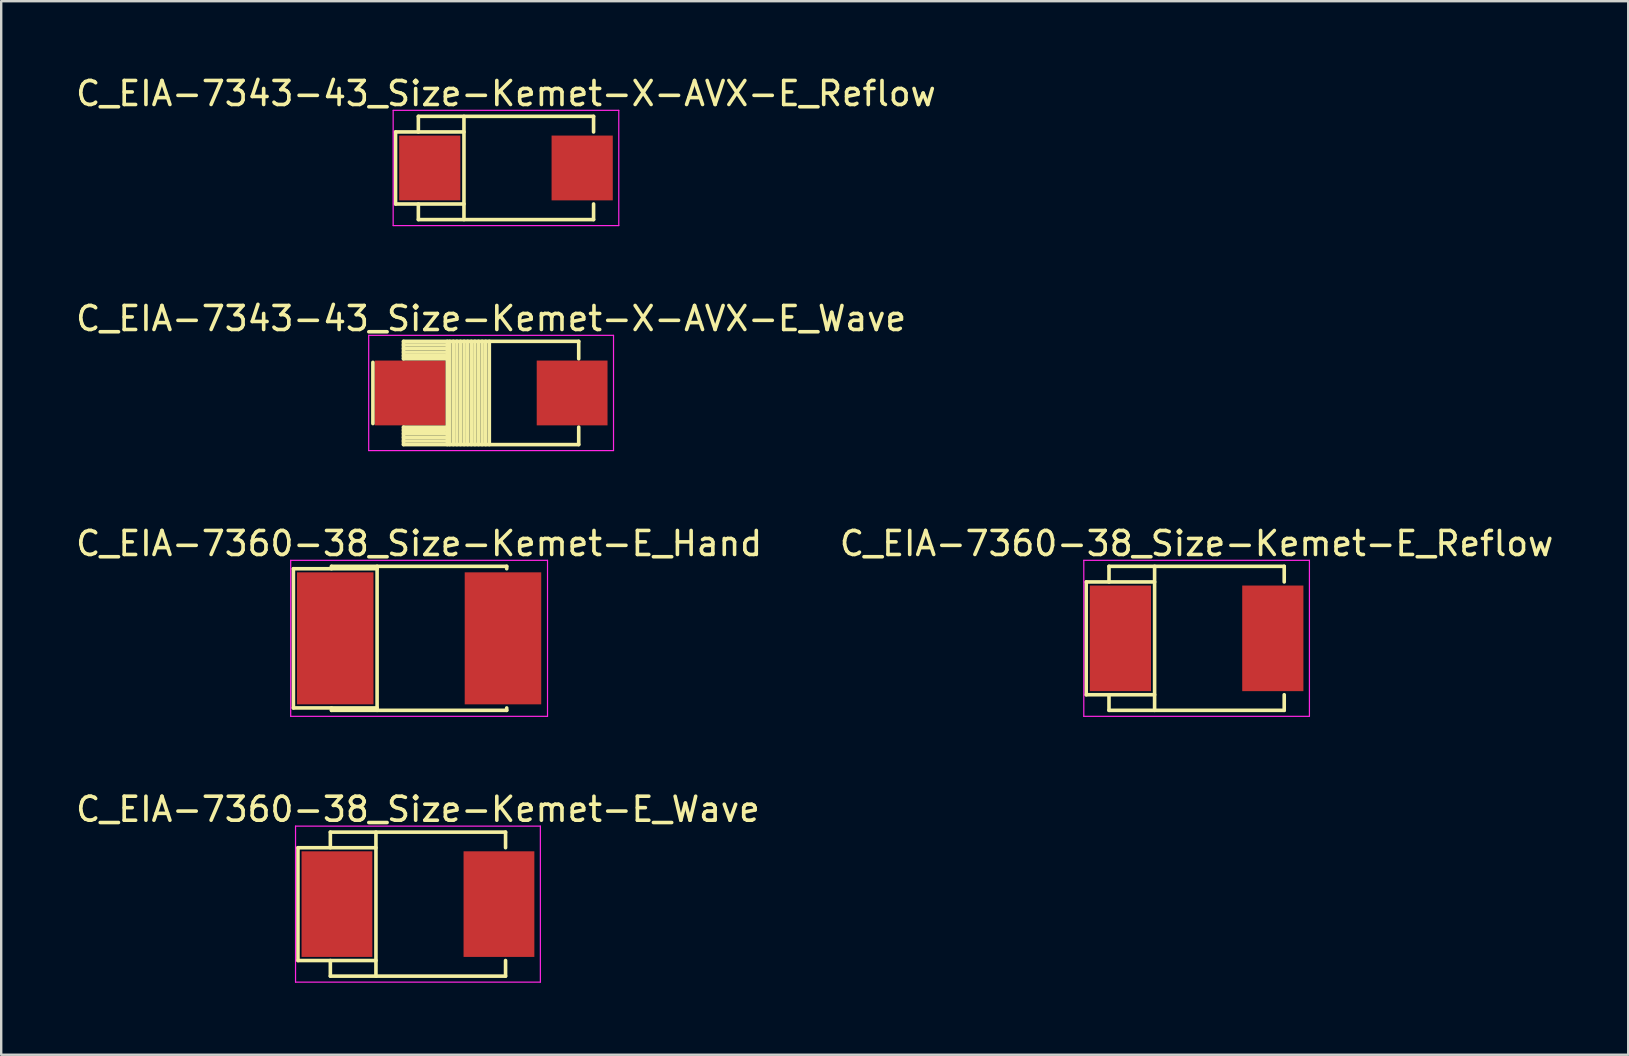
<source format=kicad_pcb>
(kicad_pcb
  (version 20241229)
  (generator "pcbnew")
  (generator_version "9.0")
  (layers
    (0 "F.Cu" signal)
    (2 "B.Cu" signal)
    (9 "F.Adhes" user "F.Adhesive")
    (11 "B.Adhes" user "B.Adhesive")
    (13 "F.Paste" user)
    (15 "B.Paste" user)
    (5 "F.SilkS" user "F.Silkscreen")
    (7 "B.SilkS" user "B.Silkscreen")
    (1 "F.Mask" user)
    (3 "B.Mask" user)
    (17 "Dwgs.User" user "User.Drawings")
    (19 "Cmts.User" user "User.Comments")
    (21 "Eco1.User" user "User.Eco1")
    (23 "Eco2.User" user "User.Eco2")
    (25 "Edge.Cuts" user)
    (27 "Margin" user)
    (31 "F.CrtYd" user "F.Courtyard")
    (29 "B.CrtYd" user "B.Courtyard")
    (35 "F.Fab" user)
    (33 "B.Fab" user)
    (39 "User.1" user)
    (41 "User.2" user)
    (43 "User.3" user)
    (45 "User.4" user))
  (footprint "C_EIA-7343-43_Size-Kemet-X-AVX-E_Reflow"
    (layer "F.Cu")
    (at 18.03 3.948)
    (property "Reference" "C_EIA-7343-43_Size-Kemet-X-AVX-E_Reflow" (at 0 -3.1 0) (layer "F.SilkS") (effects (font (size 1 1) (thickness 0.15))))
    (attr smd)
    (fp_line (start -4.6 -1.5) (end -1.75 -1.5) (stroke (width 0.15) (type solid)) (layer "F.SilkS"))
    (fp_line (start -4.6 1.5) (end -4.6 -1.5) (stroke (width 0.15) (type solid)) (layer "F.SilkS"))
    (fp_line (start -4.6 1.5) (end -1.75 1.5) (stroke (width 0.15) (type solid)) (layer "F.SilkS"))
    (fp_line (start -3.65 -2.15) (end -3.65 -1.5) (stroke (width 0.15) (type solid)) (layer "F.SilkS"))
    (fp_line (start -3.65 -2.15) (end 3.65 -2.15) (stroke (width 0.15) (type solid)) (layer "F.SilkS"))
    (fp_line (start -3.65 1.5) (end -3.65 2.15) (stroke (width 0.15) (type solid)) (layer "F.SilkS"))
    (fp_line (start -3.65 2.15) (end 3.65 2.15) (stroke (width 0.15) (type solid)) (layer "F.SilkS"))
    (fp_line (start -1.75 -2.15) (end -1.75 2.15) (stroke (width 0.15) (type solid)) (layer "F.SilkS"))
    (fp_line (start 3.65 -2.15) (end 3.65 -1.5) (stroke (width 0.15) (type solid)) (layer "F.SilkS"))
    (fp_line (start 3.65 1.5) (end 3.65 2.15) (stroke (width 0.15) (type solid)) (layer "F.SilkS"))
    (fp_line (start -4.7 -2.4) (end -4.7 2.4) (stroke (width 0.05) (type solid)) (layer "F.CrtYd"))
    (fp_line (start -4.7 -2.4) (end 4.7 -2.4) (stroke (width 0.05) (type solid)) (layer "F.CrtYd"))
    (fp_line (start -4.7 2.4) (end 4.7 2.4) (stroke (width 0.05) (type solid)) (layer "F.CrtYd"))
    (fp_line (start 4.7 -2.4) (end 4.7 2.4) (stroke (width 0.05) (type solid)) (layer "F.CrtYd"))
    (pad "1" smd rect (at -3.175 0) (size 2.55 2.7) (layers "F.Cu" "F.Mask" "F.Paste"))
    (pad "2" smd rect (at 3.175 0) (size 2.55 2.7) (layers "F.Cu" "F.Mask" "F.Paste")))
  (footprint "C_EIA-7360-38_Size-Kemet-E_Wave"
    (layer "F.Cu")
    (at 14.363 34.618)
    (property "Reference" "C_EIA-7360-38_Size-Kemet-E_Wave" (at 0 -3.95 0) (layer "F.SilkS") (effects (font (size 1 1) (thickness 0.15))))
    (attr smd)
    (fp_line (start -5 -2.35) (end -1.75 -2.35) (stroke (width 0.15) (type solid)) (layer "F.SilkS"))
    (fp_line (start -5 2.35) (end -5 -2.35) (stroke (width 0.15) (type solid)) (layer "F.SilkS"))
    (fp_line (start -5 2.35) (end -1.75 2.35) (stroke (width 0.15) (type solid)) (layer "F.SilkS"))
    (fp_line (start -3.65 -3) (end -3.65 -2.35) (stroke (width 0.15) (type solid)) (layer "F.SilkS"))
    (fp_line (start -3.65 -3) (end 3.65 -3) (stroke (width 0.15) (type solid)) (layer "F.SilkS"))
    (fp_line (start -3.65 2.35) (end -3.65 3) (stroke (width 0.15) (type solid)) (layer "F.SilkS"))
    (fp_line (start -3.65 3) (end 3.65 3) (stroke (width 0.15) (type solid)) (layer "F.SilkS"))
    (fp_line (start -1.75 -3) (end -1.75 3) (stroke (width 0.15) (type solid)) (layer "F.SilkS"))
    (fp_line (start 3.65 -3) (end 3.65 -2.35) (stroke (width 0.15) (type solid)) (layer "F.SilkS"))
    (fp_line (start 3.65 2.35) (end 3.65 3) (stroke (width 0.15) (type solid)) (layer "F.SilkS"))
    (fp_line (start -5.1 -3.25) (end -5.1 3.25) (stroke (width 0.05) (type solid)) (layer "F.CrtYd"))
    (fp_line (start -5.1 -3.25) (end 5.1 -3.25) (stroke (width 0.05) (type solid)) (layer "F.CrtYd"))
    (fp_line (start -5.1 3.25) (end 5.1 3.25) (stroke (width 0.05) (type solid)) (layer "F.CrtYd"))
    (fp_line (start 5.1 -3.25) (end 5.1 3.25) (stroke (width 0.05) (type solid)) (layer "F.CrtYd"))
    (pad "1" smd rect (at -3.375 0) (size 2.95 4.4) (layers "F.Cu" "F.Mask" "F.Paste"))
    (pad "2" smd rect (at 3.375 0) (size 2.95 4.4) (layers "F.Cu" "F.Mask" "F.Paste")))
  (footprint "C_EIA-7343-43_Size-Kemet-X-AVX-E_Wave"
    (layer "F.Cu")
    (at 17.411 13.322)
    (property "Reference" "C_EIA-7343-43_Size-Kemet-X-AVX-E_Wave" (at 0 -3.1 0) (layer "F.SilkS") (effects (font (size 1 1) (thickness 0.15))))
    (attr smd)
    (fp_line (start -4.925 1.275) (end -4.925 -1.275) (stroke (width 0.15) (type solid)) (layer "F.SilkS"))
    (fp_line (start -3.65 -2.15) (end -3.65 -1.425) (stroke (width 0.15) (type solid)) (layer "F.SilkS"))
    (fp_line (start -3.65 -2.15) (end 3.65 -2.15) (stroke (width 0.15) (type solid)) (layer "F.SilkS"))
    (fp_line (start -3.65 -2) (end -1.9 -2) (stroke (width 0.15) (type solid)) (layer "F.SilkS"))
    (fp_line (start -3.65 -1.85) (end -1.9 -1.85) (stroke (width 0.15) (type solid)) (layer "F.SilkS"))
    (fp_line (start -3.65 -1.7) (end -1.9 -1.7) (stroke (width 0.15) (type solid)) (layer "F.SilkS"))
    (fp_line (start -3.65 -1.55) (end -1.9 -1.55) (stroke (width 0.15) (type solid)) (layer "F.SilkS"))
    (fp_line (start -3.65 -1.425) (end -1.9 -1.425) (stroke (width 0.15) (type solid)) (layer "F.SilkS"))
    (fp_line (start -3.65 1.425) (end -3.65 2.15) (stroke (width 0.15) (type solid)) (layer "F.SilkS"))
    (fp_line (start -3.65 1.425) (end -1.9 1.425) (stroke (width 0.15) (type solid)) (layer "F.SilkS"))
    (fp_line (start -3.65 1.55) (end -1.9 1.55) (stroke (width 0.15) (type solid)) (layer "F.SilkS"))
    (fp_line (start -3.65 1.7) (end -1.9 1.7) (stroke (width 0.15) (type solid)) (layer "F.SilkS"))
    (fp_line (start -3.65 1.85) (end -1.9 1.85) (stroke (width 0.15) (type solid)) (layer "F.SilkS"))
    (fp_line (start -3.65 2) (end -1.9 2) (stroke (width 0.15) (type solid)) (layer "F.SilkS"))
    (fp_line (start -3.65 2.15) (end 3.65 2.15) (stroke (width 0.15) (type solid)) (layer "F.SilkS"))
    (fp_line (start -1.825 -2.15) (end -1.825 2.15) (stroke (width 0.15) (type solid)) (layer "F.SilkS"))
    (fp_line (start -1.725 -2.15) (end -1.725 2.15) (stroke (width 0.15) (type solid)) (layer "F.SilkS"))
    (fp_line (start -1.575 -2.15) (end -1.575 2.15) (stroke (width 0.15) (type solid)) (layer "F.SilkS"))
    (fp_line (start -1.425 -2.15) (end -1.425 2.15) (stroke (width 0.15) (type solid)) (layer "F.SilkS"))
    (fp_line (start -1.275 -2.15) (end -1.275 2.15) (stroke (width 0.15) (type solid)) (layer "F.SilkS"))
    (fp_line (start -1.125 -2.15) (end -1.125 2.15) (stroke (width 0.15) (type solid)) (layer "F.SilkS"))
    (fp_line (start -0.975 -2.15) (end -0.975 2.15) (stroke (width 0.15) (type solid)) (layer "F.SilkS"))
    (fp_line (start -0.825 -2.15) (end -0.825 2.15) (stroke (width 0.15) (type solid)) (layer "F.SilkS"))
    (fp_line (start -0.675 -2.15) (end -0.675 2.15) (stroke (width 0.15) (type solid)) (layer "F.SilkS"))
    (fp_line (start -0.525 -2.15) (end -0.525 2.15) (stroke (width 0.15) (type solid)) (layer "F.SilkS"))
    (fp_line (start -0.375 -2.15) (end -0.375 2.15) (stroke (width 0.15) (type solid)) (layer "F.SilkS"))
    (fp_line (start -0.225 -2.15) (end -0.225 2.15) (stroke (width 0.15) (type solid)) (layer "F.SilkS"))
    (fp_line (start -0.075 -2.15) (end -0.075 2.15) (stroke (width 0.15) (type solid)) (layer "F.SilkS"))
    (fp_line (start 3.65 -2.15) (end 3.65 -1.425) (stroke (width 0.15) (type solid)) (layer "F.SilkS"))
    (fp_line (start 3.65 1.425) (end 3.65 2.15) (stroke (width 0.15) (type solid)) (layer "F.SilkS"))
    (fp_line (start -5.1 -2.4) (end -5.1 2.4) (stroke (width 0.05) (type solid)) (layer "F.CrtYd"))
    (fp_line (start -5.1 -2.4) (end 5.1 -2.4) (stroke (width 0.05) (type solid)) (layer "F.CrtYd"))
    (fp_line (start -5.1 2.4) (end 5.1 2.4) (stroke (width 0.05) (type solid)) (layer "F.CrtYd"))
    (fp_line (start 5.1 -2.4) (end 5.1 2.4) (stroke (width 0.05) (type solid)) (layer "F.CrtYd"))
    (pad "1" smd rect (at -3.375 0) (size 2.95 2.7) (layers "F.Cu" "F.Mask" "F.Paste"))
    (pad "2" smd rect (at 3.375 0) (size 2.95 2.7) (layers "F.Cu" "F.Mask" "F.Paste")))
  (footprint "C_EIA-7360-38_Size-Kemet-E_Hand"
    (layer "F.Cu")
    (at 14.411 23.545)
    (property "Reference" "C_EIA-7360-38_Size-Kemet-E_Hand" (at 0 -3.95 0) (layer "F.SilkS") (effects (font (size 1 1) (thickness 0.15))))
    (attr smd)
    (fp_line (start -5.237 -2.9) (end -1.75 -2.9) (stroke (width 0.15) (type solid)) (layer "F.SilkS"))
    (fp_line (start -5.237 2.9) (end -5.237 -2.9) (stroke (width 0.15) (type solid)) (layer "F.SilkS"))
    (fp_line (start -5.237 2.9) (end -1.75 2.9) (stroke (width 0.15) (type solid)) (layer "F.SilkS"))
    (fp_line (start -3.65 -3) (end -3.65 -2.9) (stroke (width 0.15) (type solid)) (layer "F.SilkS"))
    (fp_line (start -3.65 -3) (end 3.65 -3) (stroke (width 0.15) (type solid)) (layer "F.SilkS"))
    (fp_line (start -3.65 2.9) (end -3.65 3) (stroke (width 0.15) (type solid)) (layer "F.SilkS"))
    (fp_line (start -3.65 3) (end 3.65 3) (stroke (width 0.15) (type solid)) (layer "F.SilkS"))
    (fp_line (start -1.75 -3) (end -1.75 3) (stroke (width 0.15) (type solid)) (layer "F.SilkS"))
    (fp_line (start 3.65 -3) (end 3.65 -2.9) (stroke (width 0.15) (type solid)) (layer "F.SilkS"))
    (fp_line (start 3.65 2.9) (end 3.65 3) (stroke (width 0.15) (type solid)) (layer "F.SilkS"))
    (fp_line (start -5.35 -3.25) (end -5.35 3.25) (stroke (width 0.05) (type solid)) (layer "F.CrtYd"))
    (fp_line (start -5.35 -3.25) (end 5.35 -3.25) (stroke (width 0.05) (type solid)) (layer "F.CrtYd"))
    (fp_line (start -5.35 3.25) (end 5.35 3.25) (stroke (width 0.05) (type solid)) (layer "F.CrtYd"))
    (fp_line (start 5.35 -3.25) (end 5.35 3.25) (stroke (width 0.05) (type solid)) (layer "F.CrtYd"))
    (pad "1" smd rect (at -3.494 0) (size 3.188 5.5) (layers "F.Cu" "F.Mask" "F.Paste"))
    (pad "2" smd rect (at 3.494 0) (size 3.188 5.5) (layers "F.Cu" "F.Mask" "F.Paste")))
  (footprint "C_EIA-7360-38_Size-Kemet-E_Reflow"
    (layer "F.Cu")
    (at 46.804 23.545)
    (property "Reference" "C_EIA-7360-38_Size-Kemet-E_Reflow" (at 0 -3.95 0) (layer "F.SilkS") (effects (font (size 1 1) (thickness 0.15))))
    (attr smd)
    (fp_line (start -4.6 -2.35) (end -1.75 -2.35) (stroke (width 0.15) (type solid)) (layer "F.SilkS"))
    (fp_line (start -4.6 2.35) (end -4.6 -2.35) (stroke (width 0.15) (type solid)) (layer "F.SilkS"))
    (fp_line (start -4.6 2.35) (end -1.75 2.35) (stroke (width 0.15) (type solid)) (layer "F.SilkS"))
    (fp_line (start -3.65 -3) (end -3.65 -2.35) (stroke (width 0.15) (type solid)) (layer "F.SilkS"))
    (fp_line (start -3.65 -3) (end 3.65 -3) (stroke (width 0.15) (type solid)) (layer "F.SilkS"))
    (fp_line (start -3.65 2.35) (end -3.65 3) (stroke (width 0.15) (type solid)) (layer "F.SilkS"))
    (fp_line (start -3.65 3) (end 3.65 3) (stroke (width 0.15) (type solid)) (layer "F.SilkS"))
    (fp_line (start -1.75 -3) (end -1.75 3) (stroke (width 0.15) (type solid)) (layer "F.SilkS"))
    (fp_line (start 3.65 -3) (end 3.65 -2.35) (stroke (width 0.15) (type solid)) (layer "F.SilkS"))
    (fp_line (start 3.65 2.35) (end 3.65 3) (stroke (width 0.15) (type solid)) (layer "F.SilkS"))
    (fp_line (start -4.7 -3.25) (end -4.7 3.25) (stroke (width 0.05) (type solid)) (layer "F.CrtYd"))
    (fp_line (start -4.7 -3.25) (end 4.7 -3.25) (stroke (width 0.05) (type solid)) (layer "F.CrtYd"))
    (fp_line (start -4.7 3.25) (end 4.7 3.25) (stroke (width 0.05) (type solid)) (layer "F.CrtYd"))
    (fp_line (start 4.7 -3.25) (end 4.7 3.25) (stroke (width 0.05) (type solid)) (layer "F.CrtYd"))
    (pad "1" smd rect (at -3.175 0) (size 2.55 4.4) (layers "F.Cu" "F.Mask" "F.Paste"))
    (pad "2" smd rect (at 3.175 0) (size 2.55 4.4) (layers "F.Cu" "F.Mask" "F.Paste")))
  (gr_rect
    (start -3 -3)
    (end 64.786 40.893)
    (stroke (width 0.1) (type default))
    (fill no)
    (layer "Edge.Cuts")))
</source>
